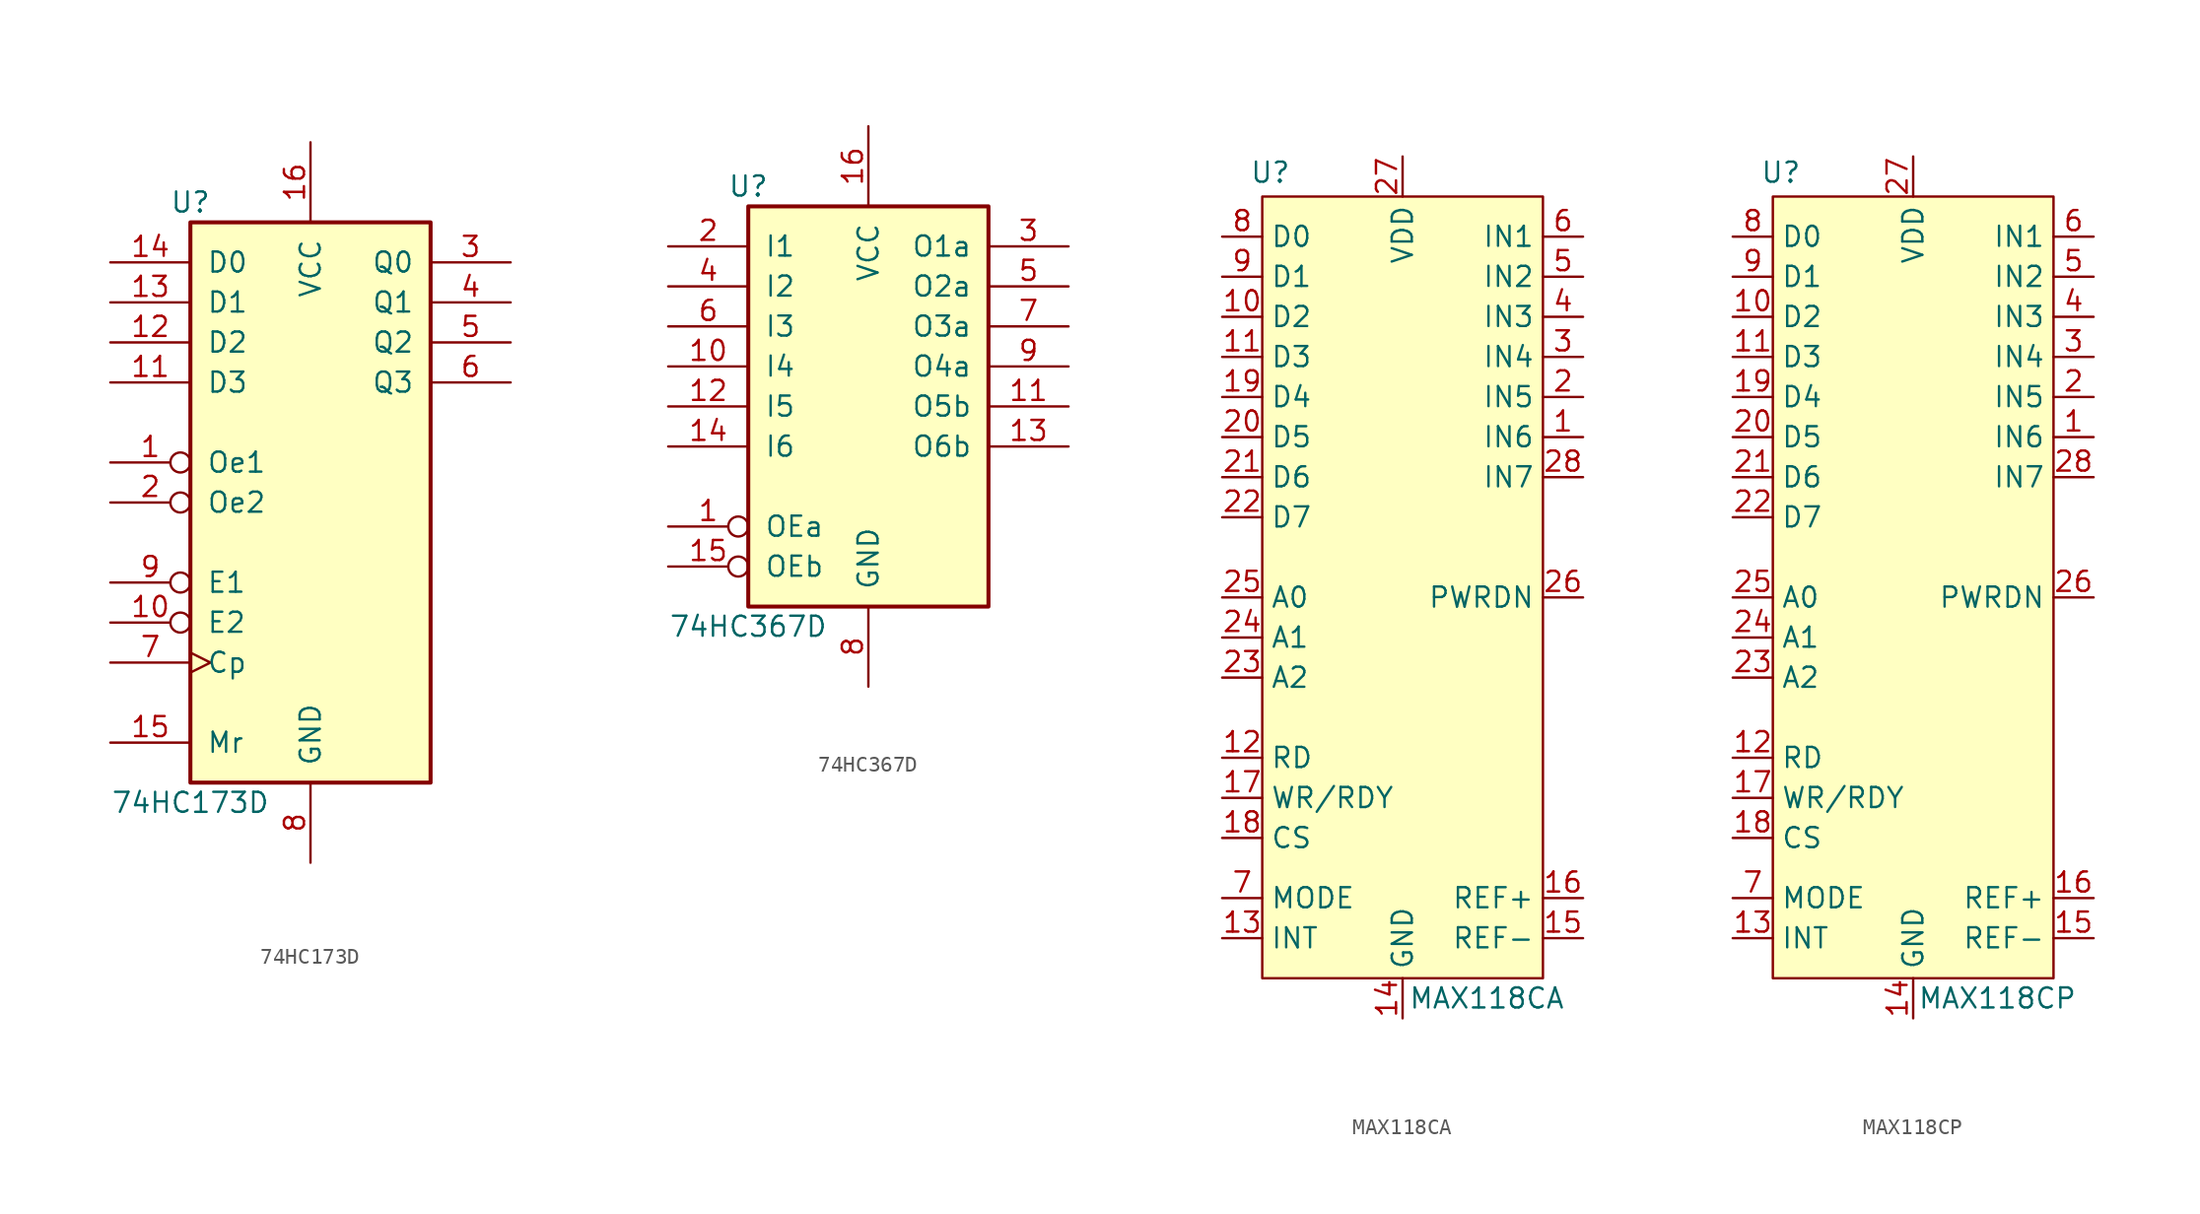
<source format=kicad_sym>
(kicad_symbol_lib
  (version 20241209)
  (generator "kicad_symbol_editor")
  (generator_version "9.0")
  (symbol "74HC173D"
    (pin_names
      (offset 1.016))
    (property "Reference" "U"
      (at -7.62 19.05 0)
      (effects (font (size 1.27 1.27))))
    (property "Value" "74HC173D"
      (at -7.62 -19.05 0)
      (effects (font (size 1.27 1.27))))
    (symbol "74HC173D_1_0"
      (pin input line (at -12.7 15.24 0) (length 5.08) (name "D0" (effects (font (size 1.27 1.27)))) (number "14" (effects (font (size 1.27 1.27)))))
      (pin input line (at -12.7 12.7 0) (length 5.08) (name "D1" (effects (font (size 1.27 1.27)))) (number "13" (effects (font (size 1.27 1.27)))))
      (pin input line (at -12.7 10.16 0) (length 5.08) (name "D2" (effects (font (size 1.27 1.27)))) (number "12" (effects (font (size 1.27 1.27)))))
      (pin input line (at -12.7 7.62 0) (length 5.08) (name "D3" (effects (font (size 1.27 1.27)))) (number "11" (effects (font (size 1.27 1.27)))))
      (pin input inverted (at -12.7 2.54 0) (length 5.08) (name "Oe1" (effects (font (size 1.27 1.27)))) (number "1" (effects (font (size 1.27 1.27)))))
      (pin input inverted (at -12.7 0 0) (length 5.08) (name "Oe2" (effects (font (size 1.27 1.27)))) (number "2" (effects (font (size 1.27 1.27)))))
      (pin input inverted (at -12.7 -5.08 0) (length 5.08) (name "E1" (effects (font (size 1.27 1.27)))) (number "9" (effects (font (size 1.27 1.27)))))
      (pin input inverted (at -12.7 -7.62 0) (length 5.08) (name "E2" (effects (font (size 1.27 1.27)))) (number "10" (effects (font (size 1.27 1.27)))))
      (pin input clock (at -12.7 -10.16 0) (length 5.08) (name "Cp" (effects (font (size 1.27 1.27)))) (number "7" (effects (font (size 1.27 1.27)))))
      (pin input line (at -12.7 -15.24 0) (length 5.08) (name "Mr" (effects (font (size 1.27 1.27)))) (number "15" (effects (font (size 1.27 1.27)))))
      (pin power_in line (at 0 22.86 270) (length 5.08) (name "VCC" (effects (font (size 1.27 1.27)))) (number "16" (effects (font (size 1.27 1.27)))))
      (pin power_in line (at 0 -22.86 90) (length 5.08) (name "GND" (effects (font (size 1.27 1.27)))) (number "8" (effects (font (size 1.27 1.27)))))
      (pin tri_state line (at 12.7 15.24 180) (length 5.08) (name "Q0" (effects (font (size 1.27 1.27)))) (number "3" (effects (font (size 1.27 1.27)))))
      (pin tri_state line (at 12.7 12.7 180) (length 5.08) (name "Q1" (effects (font (size 1.27 1.27)))) (number "4" (effects (font (size 1.27 1.27)))))
      (pin tri_state line (at 12.7 10.16 180) (length 5.08) (name "Q2" (effects (font (size 1.27 1.27)))) (number "5" (effects (font (size 1.27 1.27)))))
      (pin tri_state line (at 12.7 7.62 180) (length 5.08) (name "Q3" (effects (font (size 1.27 1.27)))) (number "6" (effects (font (size 1.27 1.27))))))
    (symbol "74HC173D_1_1"
      (rectangle (start -7.62 17.78) (end 7.62 -17.78) (stroke (width 0.254) (type default)) (fill (type background)))))
  (symbol "74HC367D"
    (pin_names
      (offset 1.016))
    (property "Reference" "U"
      (at -7.62 13.97 0)
      (effects (font (size 1.27 1.27))))
    (property "Value" "74HC367D"
      (at -7.62 -13.97 0)
      (effects (font (size 1.27 1.27))))
    (symbol "74HC367D_1_0"
      (pin input line (at -12.7 10.16 0) (length 5.08) (name "I1" (effects (font (size 1.27 1.27)))) (number "2" (effects (font (size 1.27 1.27)))))
      (pin input line (at -12.7 7.62 0) (length 5.08) (name "I2" (effects (font (size 1.27 1.27)))) (number "4" (effects (font (size 1.27 1.27)))))
      (pin input line (at -12.7 5.08 0) (length 5.08) (name "I3" (effects (font (size 1.27 1.27)))) (number "6" (effects (font (size 1.27 1.27)))))
      (pin input line (at -12.7 2.54 0) (length 5.08) (name "I4" (effects (font (size 1.27 1.27)))) (number "10" (effects (font (size 1.27 1.27)))))
      (pin input line (at -12.7 0 0) (length 5.08) (name "I5" (effects (font (size 1.27 1.27)))) (number "12" (effects (font (size 1.27 1.27)))))
      (pin input line (at -12.7 -2.54 0) (length 5.08) (name "I6" (effects (font (size 1.27 1.27)))) (number "14" (effects (font (size 1.27 1.27)))))
      (pin input inverted (at -12.7 -7.62 0) (length 5.08) (name "OEa" (effects (font (size 1.27 1.27)))) (number "1" (effects (font (size 1.27 1.27)))))
      (pin input inverted (at -12.7 -10.16 0) (length 5.08) (name "OEb" (effects (font (size 1.27 1.27)))) (number "15" (effects (font (size 1.27 1.27)))))
      (pin power_in line (at 0 17.78 270) (length 5.08) (name "VCC" (effects (font (size 1.27 1.27)))) (number "16" (effects (font (size 1.27 1.27)))))
      (pin power_in line (at 0 -17.78 90) (length 5.08) (name "GND" (effects (font (size 1.27 1.27)))) (number "8" (effects (font (size 1.27 1.27)))))
      (pin tri_state line (at 12.7 10.16 180) (length 5.08) (name "O1a" (effects (font (size 1.27 1.27)))) (number "3" (effects (font (size 1.27 1.27)))))
      (pin tri_state line (at 12.7 7.62 180) (length 5.08) (name "O2a" (effects (font (size 1.27 1.27)))) (number "5" (effects (font (size 1.27 1.27)))))
      (pin tri_state line (at 12.7 5.08 180) (length 5.08) (name "O3a" (effects (font (size 1.27 1.27)))) (number "7" (effects (font (size 1.27 1.27)))))
      (pin tri_state line (at 12.7 2.54 180) (length 5.08) (name "O4a" (effects (font (size 1.27 1.27)))) (number "9" (effects (font (size 1.27 1.27)))))
      (pin tri_state line (at 12.7 0 180) (length 5.08) (name "O5b" (effects (font (size 1.27 1.27)))) (number "11" (effects (font (size 1.27 1.27)))))
      (pin tri_state line (at 12.7 -2.54 180) (length 5.08) (name "O6b" (effects (font (size 1.27 1.27)))) (number "13" (effects (font (size 1.27 1.27))))))
    (symbol "74HC367D_1_1"
      (rectangle (start -7.62 12.7) (end 7.62 -12.7) (stroke (width 0.254) (type default)) (fill (type background)))))
  (symbol "MAX118CA"
    (property "Reference" "U"
      (at -0.762 0.254 0)
      (effects (font (size 1.27 1.27))))
    (property "Value" "MAX118CA"
      (at 12.954 -52.07 0)
      (effects (font (size 1.27 1.27))))
    (symbol "MAX118CA_0_0"
      (pin output line (at -3.81 -3.81 0) (length 2.54) (name "D0" (effects (font (size 1.27 1.27)))) (number "8" (effects (font (size 1.27 1.27)))))
      (pin output line (at -3.81 -6.35 0) (length 2.54) (name "D1" (effects (font (size 1.27 1.27)))) (number "9" (effects (font (size 1.27 1.27)))))
      (pin output line (at -3.81 -8.89 0) (length 2.54) (name "D2" (effects (font (size 1.27 1.27)))) (number "10" (effects (font (size 1.27 1.27)))))
      (pin output line (at -3.81 -11.43 0) (length 2.54) (name "D3" (effects (font (size 1.27 1.27)))) (number "11" (effects (font (size 1.27 1.27)))))
      (pin output line (at -3.81 -13.97 0) (length 2.54) (name "D4" (effects (font (size 1.27 1.27)))) (number "19" (effects (font (size 1.27 1.27)))))
      (pin output line (at -3.81 -16.51 0) (length 2.54) (name "D5" (effects (font (size 1.27 1.27)))) (number "20" (effects (font (size 1.27 1.27)))))
      (pin output line (at -3.81 -19.05 0) (length 2.54) (name "D6" (effects (font (size 1.27 1.27)))) (number "21" (effects (font (size 1.27 1.27)))))
      (pin output line (at -3.81 -21.59 0) (length 2.54) (name "D7" (effects (font (size 1.27 1.27)))) (number "22" (effects (font (size 1.27 1.27)))))
      (pin input line (at -3.81 -26.67 0) (length 2.54) (name "A0" (effects (font (size 1.27 1.27)))) (number "25" (effects (font (size 1.27 1.27)))))
      (pin input line (at -3.81 -29.21 0) (length 2.54) (name "A1" (effects (font (size 1.27 1.27)))) (number "24" (effects (font (size 1.27 1.27)))))
      (pin input line (at -3.81 -31.75 0) (length 2.54) (name "A2" (effects (font (size 1.27 1.27)))) (number "23" (effects (font (size 1.27 1.27)))))
      (pin input line (at -3.81 -36.83 0) (length 2.54) (name "RD" (effects (font (size 1.27 1.27)))) (number "12" (effects (font (size 1.27 1.27)))))
      (pin input line (at -3.81 -39.37 0) (length 2.54) (name "WR/RDY" (effects (font (size 1.27 1.27)))) (number "17" (effects (font (size 1.27 1.27)))))
      (pin input line (at -3.81 -41.91 0) (length 2.54) (name "CS" (effects (font (size 1.27 1.27)))) (number "18" (effects (font (size 1.27 1.27)))))
      (pin input line (at -3.81 -45.72 0) (length 2.54) (name "MODE" (effects (font (size 1.27 1.27)))) (number "7" (effects (font (size 1.27 1.27)))))
      (pin output line (at -3.81 -48.26 0) (length 2.54) (name "INT" (effects (font (size 1.27 1.27)))) (number "13" (effects (font (size 1.27 1.27)))))
      (pin power_in line (at 7.62 1.27 270) (length 2.54) (name "VDD" (effects (font (size 1.27 1.27)))) (number "27" (effects (font (size 1.27 1.27)))))
      (pin power_out line (at 7.62 -53.34 90) (length 2.54) (name "GND" (effects (font (size 1.27 1.27)))) (number "14" (effects (font (size 1.27 1.27)))))
      (pin input line (at 19.05 -3.81 180) (length 2.54) (name "IN1" (effects (font (size 1.27 1.27)))) (number "6" (effects (font (size 1.27 1.27)))))
      (pin input line (at 19.05 -6.35 180) (length 2.54) (name "IN2" (effects (font (size 1.27 1.27)))) (number "5" (effects (font (size 1.27 1.27)))))
      (pin input line (at 19.05 -8.89 180) (length 2.54) (name "IN3" (effects (font (size 1.27 1.27)))) (number "4" (effects (font (size 1.27 1.27)))))
      (pin input line (at 19.05 -11.43 180) (length 2.54) (name "IN4" (effects (font (size 1.27 1.27)))) (number "3" (effects (font (size 1.27 1.27)))))
      (pin input line (at 19.05 -13.97 180) (length 2.54) (name "IN5" (effects (font (size 1.27 1.27)))) (number "2" (effects (font (size 1.27 1.27)))))
      (pin input line (at 19.05 -16.51 180) (length 2.54) (name "IN6" (effects (font (size 1.27 1.27)))) (number "1" (effects (font (size 1.27 1.27)))))
      (pin input line (at 19.05 -19.05 180) (length 2.54) (name "IN7" (effects (font (size 1.27 1.27)))) (number "28" (effects (font (size 1.27 1.27)))))
      (pin input line (at 19.05 -26.67 180) (length 2.54) (name "PWRDN" (effects (font (size 1.27 1.27)))) (number "26" (effects (font (size 1.27 1.27)))))
      (pin input line (at 19.05 -45.72 180) (length 2.54) (name "REF+" (effects (font (size 1.27 1.27)))) (number "16" (effects (font (size 1.27 1.27)))))
      (pin input line (at 19.05 -48.26 180) (length 2.54) (name "REF-" (effects (font (size 1.27 1.27)))) (number "15" (effects (font (size 1.27 1.27))))))
    (symbol "MAX118CA_0_1"
      (rectangle (start -1.27 -1.27) (end 16.51 -50.8) (stroke (width 0) (type default)) (fill (type color) (color 255 255 194 1)))))
  (symbol "MAX118CP"
    (property "Reference" "U"
      (at -0.762 0.254 0)
      (effects (font (size 1.27 1.27))))
    (property "Value" "MAX118CP"
      (at 12.954 -52.07 0)
      (effects (font (size 1.27 1.27))))
    (symbol "MAX118CP_0_0"
      (pin output line (at -3.81 -3.81 0) (length 2.54) (name "D0" (effects (font (size 1.27 1.27)))) (number "8" (effects (font (size 1.27 1.27)))))
      (pin output line (at -3.81 -6.35 0) (length 2.54) (name "D1" (effects (font (size 1.27 1.27)))) (number "9" (effects (font (size 1.27 1.27)))))
      (pin output line (at -3.81 -8.89 0) (length 2.54) (name "D2" (effects (font (size 1.27 1.27)))) (number "10" (effects (font (size 1.27 1.27)))))
      (pin output line (at -3.81 -11.43 0) (length 2.54) (name "D3" (effects (font (size 1.27 1.27)))) (number "11" (effects (font (size 1.27 1.27)))))
      (pin output line (at -3.81 -13.97 0) (length 2.54) (name "D4" (effects (font (size 1.27 1.27)))) (number "19" (effects (font (size 1.27 1.27)))))
      (pin output line (at -3.81 -16.51 0) (length 2.54) (name "D5" (effects (font (size 1.27 1.27)))) (number "20" (effects (font (size 1.27 1.27)))))
      (pin output line (at -3.81 -19.05 0) (length 2.54) (name "D6" (effects (font (size 1.27 1.27)))) (number "21" (effects (font (size 1.27 1.27)))))
      (pin output line (at -3.81 -21.59 0) (length 2.54) (name "D7" (effects (font (size 1.27 1.27)))) (number "22" (effects (font (size 1.27 1.27)))))
      (pin input line (at -3.81 -26.67 0) (length 2.54) (name "A0" (effects (font (size 1.27 1.27)))) (number "25" (effects (font (size 1.27 1.27)))))
      (pin input line (at -3.81 -29.21 0) (length 2.54) (name "A1" (effects (font (size 1.27 1.27)))) (number "24" (effects (font (size 1.27 1.27)))))
      (pin input line (at -3.81 -31.75 0) (length 2.54) (name "A2" (effects (font (size 1.27 1.27)))) (number "23" (effects (font (size 1.27 1.27)))))
      (pin input line (at -3.81 -36.83 0) (length 2.54) (name "RD" (effects (font (size 1.27 1.27)))) (number "12" (effects (font (size 1.27 1.27)))))
      (pin input line (at -3.81 -39.37 0) (length 2.54) (name "WR/RDY" (effects (font (size 1.27 1.27)))) (number "17" (effects (font (size 1.27 1.27)))))
      (pin input line (at -3.81 -41.91 0) (length 2.54) (name "CS" (effects (font (size 1.27 1.27)))) (number "18" (effects (font (size 1.27 1.27)))))
      (pin input line (at -3.81 -45.72 0) (length 2.54) (name "MODE" (effects (font (size 1.27 1.27)))) (number "7" (effects (font (size 1.27 1.27)))))
      (pin output line (at -3.81 -48.26 0) (length 2.54) (name "INT" (effects (font (size 1.27 1.27)))) (number "13" (effects (font (size 1.27 1.27)))))
      (pin power_in line (at 7.62 1.27 270) (length 2.54) (name "VDD" (effects (font (size 1.27 1.27)))) (number "27" (effects (font (size 1.27 1.27)))))
      (pin power_out line (at 7.62 -53.34 90) (length 2.54) (name "GND" (effects (font (size 1.27 1.27)))) (number "14" (effects (font (size 1.27 1.27)))))
      (pin input line (at 19.05 -3.81 180) (length 2.54) (name "IN1" (effects (font (size 1.27 1.27)))) (number "6" (effects (font (size 1.27 1.27)))))
      (pin input line (at 19.05 -6.35 180) (length 2.54) (name "IN2" (effects (font (size 1.27 1.27)))) (number "5" (effects (font (size 1.27 1.27)))))
      (pin input line (at 19.05 -8.89 180) (length 2.54) (name "IN3" (effects (font (size 1.27 1.27)))) (number "4" (effects (font (size 1.27 1.27)))))
      (pin input line (at 19.05 -11.43 180) (length 2.54) (name "IN4" (effects (font (size 1.27 1.27)))) (number "3" (effects (font (size 1.27 1.27)))))
      (pin input line (at 19.05 -13.97 180) (length 2.54) (name "IN5" (effects (font (size 1.27 1.27)))) (number "2" (effects (font (size 1.27 1.27)))))
      (pin input line (at 19.05 -16.51 180) (length 2.54) (name "IN6" (effects (font (size 1.27 1.27)))) (number "1" (effects (font (size 1.27 1.27)))))
      (pin input line (at 19.05 -19.05 180) (length 2.54) (name "IN7" (effects (font (size 1.27 1.27)))) (number "28" (effects (font (size 1.27 1.27)))))
      (pin input line (at 19.05 -26.67 180) (length 2.54) (name "PWRDN" (effects (font (size 1.27 1.27)))) (number "26" (effects (font (size 1.27 1.27)))))
      (pin input line (at 19.05 -45.72 180) (length 2.54) (name "REF+" (effects (font (size 1.27 1.27)))) (number "16" (effects (font (size 1.27 1.27)))))
      (pin input line (at 19.05 -48.26 180) (length 2.54) (name "REF-" (effects (font (size 1.27 1.27)))) (number "15" (effects (font (size 1.27 1.27))))))
    (symbol "MAX118CP_0_1"
      (rectangle (start -1.27 -1.27) (end 16.51 -50.8) (stroke (width 0) (type default)) (fill (type color) (color 255 255 194 1))))))
</source>
